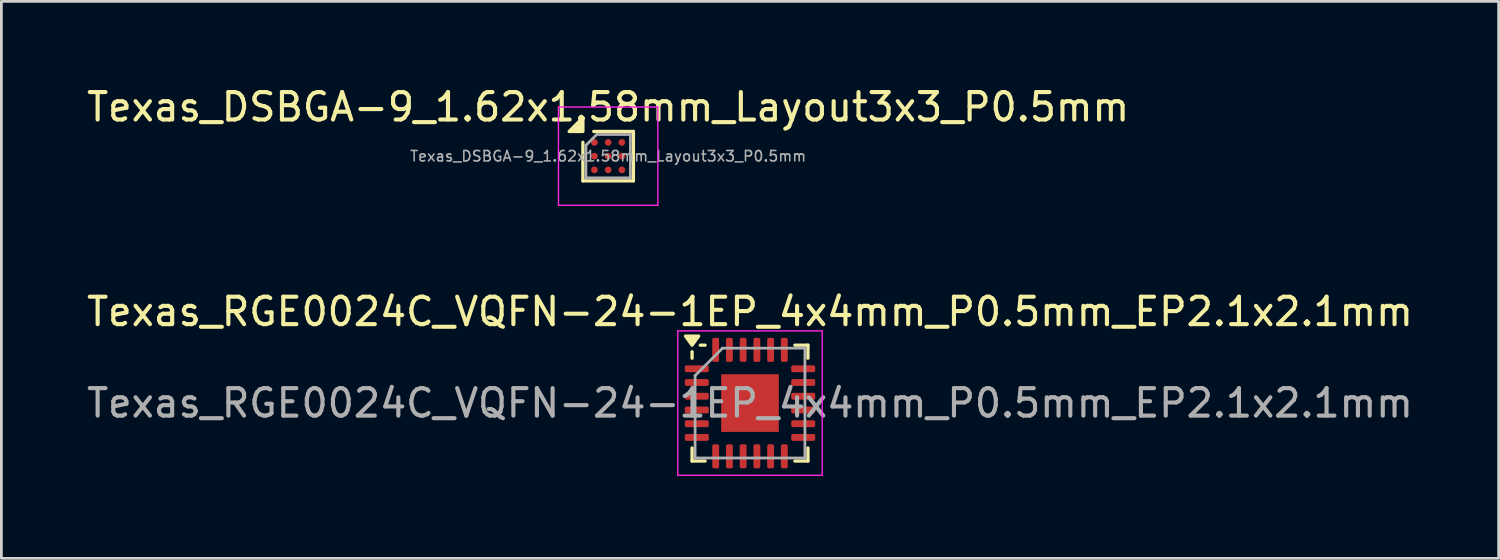
<source format=kicad_pcb>
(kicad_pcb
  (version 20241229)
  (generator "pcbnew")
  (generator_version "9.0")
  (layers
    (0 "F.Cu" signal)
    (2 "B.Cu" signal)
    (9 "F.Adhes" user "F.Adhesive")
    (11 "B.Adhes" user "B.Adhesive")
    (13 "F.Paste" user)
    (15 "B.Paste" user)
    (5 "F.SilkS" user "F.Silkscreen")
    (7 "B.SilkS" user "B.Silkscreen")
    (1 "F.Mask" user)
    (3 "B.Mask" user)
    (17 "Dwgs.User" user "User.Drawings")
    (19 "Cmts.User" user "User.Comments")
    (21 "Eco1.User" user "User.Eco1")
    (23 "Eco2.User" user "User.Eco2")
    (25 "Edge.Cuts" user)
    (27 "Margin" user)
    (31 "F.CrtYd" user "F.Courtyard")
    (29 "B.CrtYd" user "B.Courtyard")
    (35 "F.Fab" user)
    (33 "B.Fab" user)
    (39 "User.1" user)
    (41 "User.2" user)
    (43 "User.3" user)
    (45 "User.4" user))
  (footprint "Texas_RGE0024C_VQFN-24-1EP_4x4mm_P0.5mm_EP2.1x2.1mm"
    (layer "F.Cu")
    (at 24.268 11.632)
    (property "Reference" "Texas_RGE0024C_VQFN-24-1EP_4x4mm_P0.5mm_EP2.1x2.1mm" (at 0 -3.33 0) (layer "F.SilkS") (effects (font (size 1 1) (thickness 0.15))))
    (attr smd)
    (fp_line (start -2.11 -1.635) (end -2.11 -1.87) (stroke (width 0.12) (type solid)) (layer "F.SilkS"))
    (fp_line (start -2.11 2.11) (end -2.11 1.635) (stroke (width 0.12) (type solid)) (layer "F.SilkS"))
    (fp_line (start -1.635 -2.11) (end -1.81 -2.11) (stroke (width 0.12) (type solid)) (layer "F.SilkS"))
    (fp_line (start -1.635 2.11) (end -2.11 2.11) (stroke (width 0.12) (type solid)) (layer "F.SilkS"))
    (fp_line (start 1.635 -2.11) (end 2.11 -2.11) (stroke (width 0.12) (type solid)) (layer "F.SilkS"))
    (fp_line (start 1.635 2.11) (end 2.11 2.11) (stroke (width 0.12) (type solid)) (layer "F.SilkS"))
    (fp_line (start 2.11 -2.11) (end 2.11 -1.635) (stroke (width 0.12) (type solid)) (layer "F.SilkS"))
    (fp_line (start 2.11 2.11) (end 2.11 1.635) (stroke (width 0.12) (type solid)) (layer "F.SilkS"))
    (fp_poly (pts (xy -2.11 -2.11) (xy -2.35 -2.44) (xy -1.87 -2.44) (xy -2.11 -2.11)) (stroke (width 0.12) (type solid)) (fill yes) (layer "F.SilkS"))
    (fp_line (start -2.63 -2.63) (end -2.63 2.63) (stroke (width 0.05) (type solid)) (layer "F.CrtYd"))
    (fp_line (start -2.63 2.63) (end 2.63 2.63) (stroke (width 0.05) (type solid)) (layer "F.CrtYd"))
    (fp_line (start 2.63 -2.63) (end -2.63 -2.63) (stroke (width 0.05) (type solid)) (layer "F.CrtYd"))
    (fp_line (start 2.63 2.63) (end 2.63 -2.63) (stroke (width 0.05) (type solid)) (layer "F.CrtYd"))
    (fp_line (start -2 -1) (end -1 -2) (stroke (width 0.1) (type solid)) (layer "F.Fab"))
    (fp_line (start -2 2) (end -2 -1) (stroke (width 0.1) (type solid)) (layer "F.Fab"))
    (fp_line (start -1 -2) (end 2 -2) (stroke (width 0.1) (type solid)) (layer "F.Fab"))
    (fp_line (start 2 -2) (end 2 2) (stroke (width 0.1) (type solid)) (layer "F.Fab"))
    (fp_line (start 2 2) (end -2 2) (stroke (width 0.1) (type solid)) (layer "F.Fab"))
    (fp_text user "${REFERENCE}" (at 0 0 0) (layer "F.Fab") (effects (font (size 1 1) (thickness 0.15))))
    (pad "" smd roundrect (at -0.525 -0.525) (size 0.85 0.85) (layers "F.Paste") (roundrect_rratio 0.25))
    (pad "" smd roundrect (at -0.525 0.525) (size 0.85 0.85) (layers "F.Paste") (roundrect_rratio 0.25))
    (pad "" smd roundrect (at 0.525 -0.525) (size 0.85 0.85) (layers "F.Paste") (roundrect_rratio 0.25))
    (pad "" smd roundrect (at 0.525 0.525) (size 0.85 0.85) (layers "F.Paste") (roundrect_rratio 0.25))
    (pad "1" smd roundrect (at -1.938 -1.25) (size 0.875 0.25) (layers "F.Cu" "F.Mask" "F.Paste") (roundrect_rratio 0.25))
    (pad "2" smd roundrect (at -1.938 -0.75) (size 0.875 0.25) (layers "F.Cu" "F.Mask" "F.Paste") (roundrect_rratio 0.25))
    (pad "3" smd roundrect (at -1.938 -0.25) (size 0.875 0.25) (layers "F.Cu" "F.Mask" "F.Paste") (roundrect_rratio 0.25))
    (pad "4" smd roundrect (at -1.938 0.25) (size 0.875 0.25) (layers "F.Cu" "F.Mask" "F.Paste") (roundrect_rratio 0.25))
    (pad "5" smd roundrect (at -1.938 0.75) (size 0.875 0.25) (layers "F.Cu" "F.Mask" "F.Paste") (roundrect_rratio 0.25))
    (pad "6" smd roundrect (at -1.938 1.25) (size 0.875 0.25) (layers "F.Cu" "F.Mask" "F.Paste") (roundrect_rratio 0.25))
    (pad "7" smd roundrect (at -1.25 1.938) (size 0.25 0.875) (layers "F.Cu" "F.Mask" "F.Paste") (roundrect_rratio 0.25))
    (pad "8" smd roundrect (at -0.75 1.938) (size 0.25 0.875) (layers "F.Cu" "F.Mask" "F.Paste") (roundrect_rratio 0.25))
    (pad "9" smd roundrect (at -0.25 1.938) (size 0.25 0.875) (layers "F.Cu" "F.Mask" "F.Paste") (roundrect_rratio 0.25))
    (pad "10" smd roundrect (at 0.25 1.938) (size 0.25 0.875) (layers "F.Cu" "F.Mask" "F.Paste") (roundrect_rratio 0.25))
    (pad "11" smd roundrect (at 0.75 1.938) (size 0.25 0.875) (layers "F.Cu" "F.Mask" "F.Paste") (roundrect_rratio 0.25))
    (pad "12" smd roundrect (at 1.25 1.938) (size 0.25 0.875) (layers "F.Cu" "F.Mask" "F.Paste") (roundrect_rratio 0.25))
    (pad "13" smd roundrect (at 1.938 1.25) (size 0.875 0.25) (layers "F.Cu" "F.Mask" "F.Paste") (roundrect_rratio 0.25))
    (pad "14" smd roundrect (at 1.938 0.75) (size 0.875 0.25) (layers "F.Cu" "F.Mask" "F.Paste") (roundrect_rratio 0.25))
    (pad "15" smd roundrect (at 1.938 0.25) (size 0.875 0.25) (layers "F.Cu" "F.Mask" "F.Paste") (roundrect_rratio 0.25))
    (pad "16" smd roundrect (at 1.938 -0.25) (size 0.875 0.25) (layers "F.Cu" "F.Mask" "F.Paste") (roundrect_rratio 0.25))
    (pad "17" smd roundrect (at 1.938 -0.75) (size 0.875 0.25) (layers "F.Cu" "F.Mask" "F.Paste") (roundrect_rratio 0.25))
    (pad "18" smd roundrect (at 1.938 -1.25) (size 0.875 0.25) (layers "F.Cu" "F.Mask" "F.Paste") (roundrect_rratio 0.25))
    (pad "19" smd roundrect (at 1.25 -1.938) (size 0.25 0.875) (layers "F.Cu" "F.Mask" "F.Paste") (roundrect_rratio 0.25))
    (pad "20" smd roundrect (at 0.75 -1.938) (size 0.25 0.875) (layers "F.Cu" "F.Mask" "F.Paste") (roundrect_rratio 0.25))
    (pad "21" smd roundrect (at 0.25 -1.938) (size 0.25 0.875) (layers "F.Cu" "F.Mask" "F.Paste") (roundrect_rratio 0.25))
    (pad "22" smd roundrect (at -0.25 -1.938) (size 0.25 0.875) (layers "F.Cu" "F.Mask" "F.Paste") (roundrect_rratio 0.25))
    (pad "23" smd roundrect (at -0.75 -1.938) (size 0.25 0.875) (layers "F.Cu" "F.Mask" "F.Paste") (roundrect_rratio 0.25))
    (pad "24" smd roundrect (at -1.25 -1.938) (size 0.25 0.875) (layers "F.Cu" "F.Mask" "F.Paste") (roundrect_rratio 0.25))
    (pad "25" smd rect (at 0 0) (size 2.1 2.1) (property pad_prop_heatsink) (layers "F.Cu" "F.Mask")))
  (footprint "Texas_DSBGA-9_1.62x1.58mm_Layout3x3_P0.5mm"
    (layer "F.Cu")
    (at 19.101 2.638)
    (property "Reference" "Texas_DSBGA-9_1.62x1.58mm_Layout3x3_P0.5mm" (at 0 -1.79 0) (layer "F.SilkS") (effects (font (size 1 1) (thickness 0.15))))
    (attr smd)
    (fp_line (start -0.92 0.9) (end -0.92 -0.505) (stroke (width 0.12) (type solid)) (layer "F.SilkS"))
    (fp_line (start -0.525 -0.9) (end 0.92 -0.9) (stroke (width 0.12) (type solid)) (layer "F.SilkS"))
    (fp_line (start 0.92 -0.9) (end 0.92 0.9) (stroke (width 0.12) (type solid)) (layer "F.SilkS"))
    (fp_line (start 0.92 0.9) (end -0.92 0.9) (stroke (width 0.12) (type solid)) (layer "F.SilkS"))
    (fp_poly (pts (xy -0.92 -0.9) (xy -1.42 -0.9) (xy -0.92 -1.4)) (stroke (width 0.12) (type solid)) (fill yes) (layer "F.SilkS"))
    (fp_line (start -1.81 -1.79) (end -1.81 1.79) (stroke (width 0.05) (type solid)) (layer "F.CrtYd"))
    (fp_line (start -1.81 1.79) (end 1.81 1.79) (stroke (width 0.05) (type solid)) (layer "F.CrtYd"))
    (fp_line (start 1.81 -1.79) (end -1.81 -1.79) (stroke (width 0.05) (type solid)) (layer "F.CrtYd"))
    (fp_line (start 1.81 1.79) (end 1.81 -1.79) (stroke (width 0.05) (type solid)) (layer "F.CrtYd"))
    (fp_line (start -0.81 -0.395) (end -0.415 -0.79) (stroke (width 0.1) (type solid)) (layer "F.Fab"))
    (fp_line (start -0.81 0.79) (end -0.81 -0.395) (stroke (width 0.1) (type solid)) (layer "F.Fab"))
    (fp_line (start -0.415 -0.79) (end 0.81 -0.79) (stroke (width 0.1) (type solid)) (layer "F.Fab"))
    (fp_line (start 0.81 -0.79) (end 0.81 0.79) (stroke (width 0.1) (type solid)) (layer "F.Fab"))
    (fp_line (start 0.81 0.79) (end -0.81 0.79) (stroke (width 0.1) (type solid)) (layer "F.Fab"))
    (fp_text user "${REFERENCE}" (at 0 0 0) (layer "F.Fab") (effects (font (size 0.38 0.38) (thickness 0.057))))
    (pad "A1" smd circle (at -0.5 -0.5) (size 0.245 0.245) (property pad_prop_bga) (layers "F.Cu" "F.Mask" "F.Paste"))
    (pad "A2" smd circle (at 0 -0.5) (size 0.245 0.245) (property pad_prop_bga) (layers "F.Cu" "F.Mask" "F.Paste"))
    (pad "A3" smd circle (at 0.5 -0.5) (size 0.245 0.245) (property pad_prop_bga) (layers "F.Cu" "F.Mask" "F.Paste"))
    (pad "B1" smd circle (at -0.5 0) (size 0.245 0.245) (property pad_prop_bga) (layers "F.Cu" "F.Mask" "F.Paste"))
    (pad "B2" smd circle (at 0 0) (size 0.245 0.245) (property pad_prop_bga) (layers "F.Cu" "F.Mask" "F.Paste"))
    (pad "B3" smd circle (at 0.5 0) (size 0.245 0.245) (property pad_prop_bga) (layers "F.Cu" "F.Mask" "F.Paste"))
    (pad "C1" smd circle (at -0.5 0.5) (size 0.245 0.245) (property pad_prop_bga) (layers "F.Cu" "F.Mask" "F.Paste"))
    (pad "C2" smd circle (at 0 0.5) (size 0.245 0.245) (property pad_prop_bga) (layers "F.Cu" "F.Mask" "F.Paste"))
    (pad "C3" smd circle (at 0.5 0.5) (size 0.245 0.245) (property pad_prop_bga) (layers "F.Cu" "F.Mask" "F.Paste")))
  (gr_rect
    (start -3 -3)
    (end 51.536 17.287)
    (stroke (width 0.1) (type default))
    (fill no)
    (layer "Edge.Cuts")))
</source>
